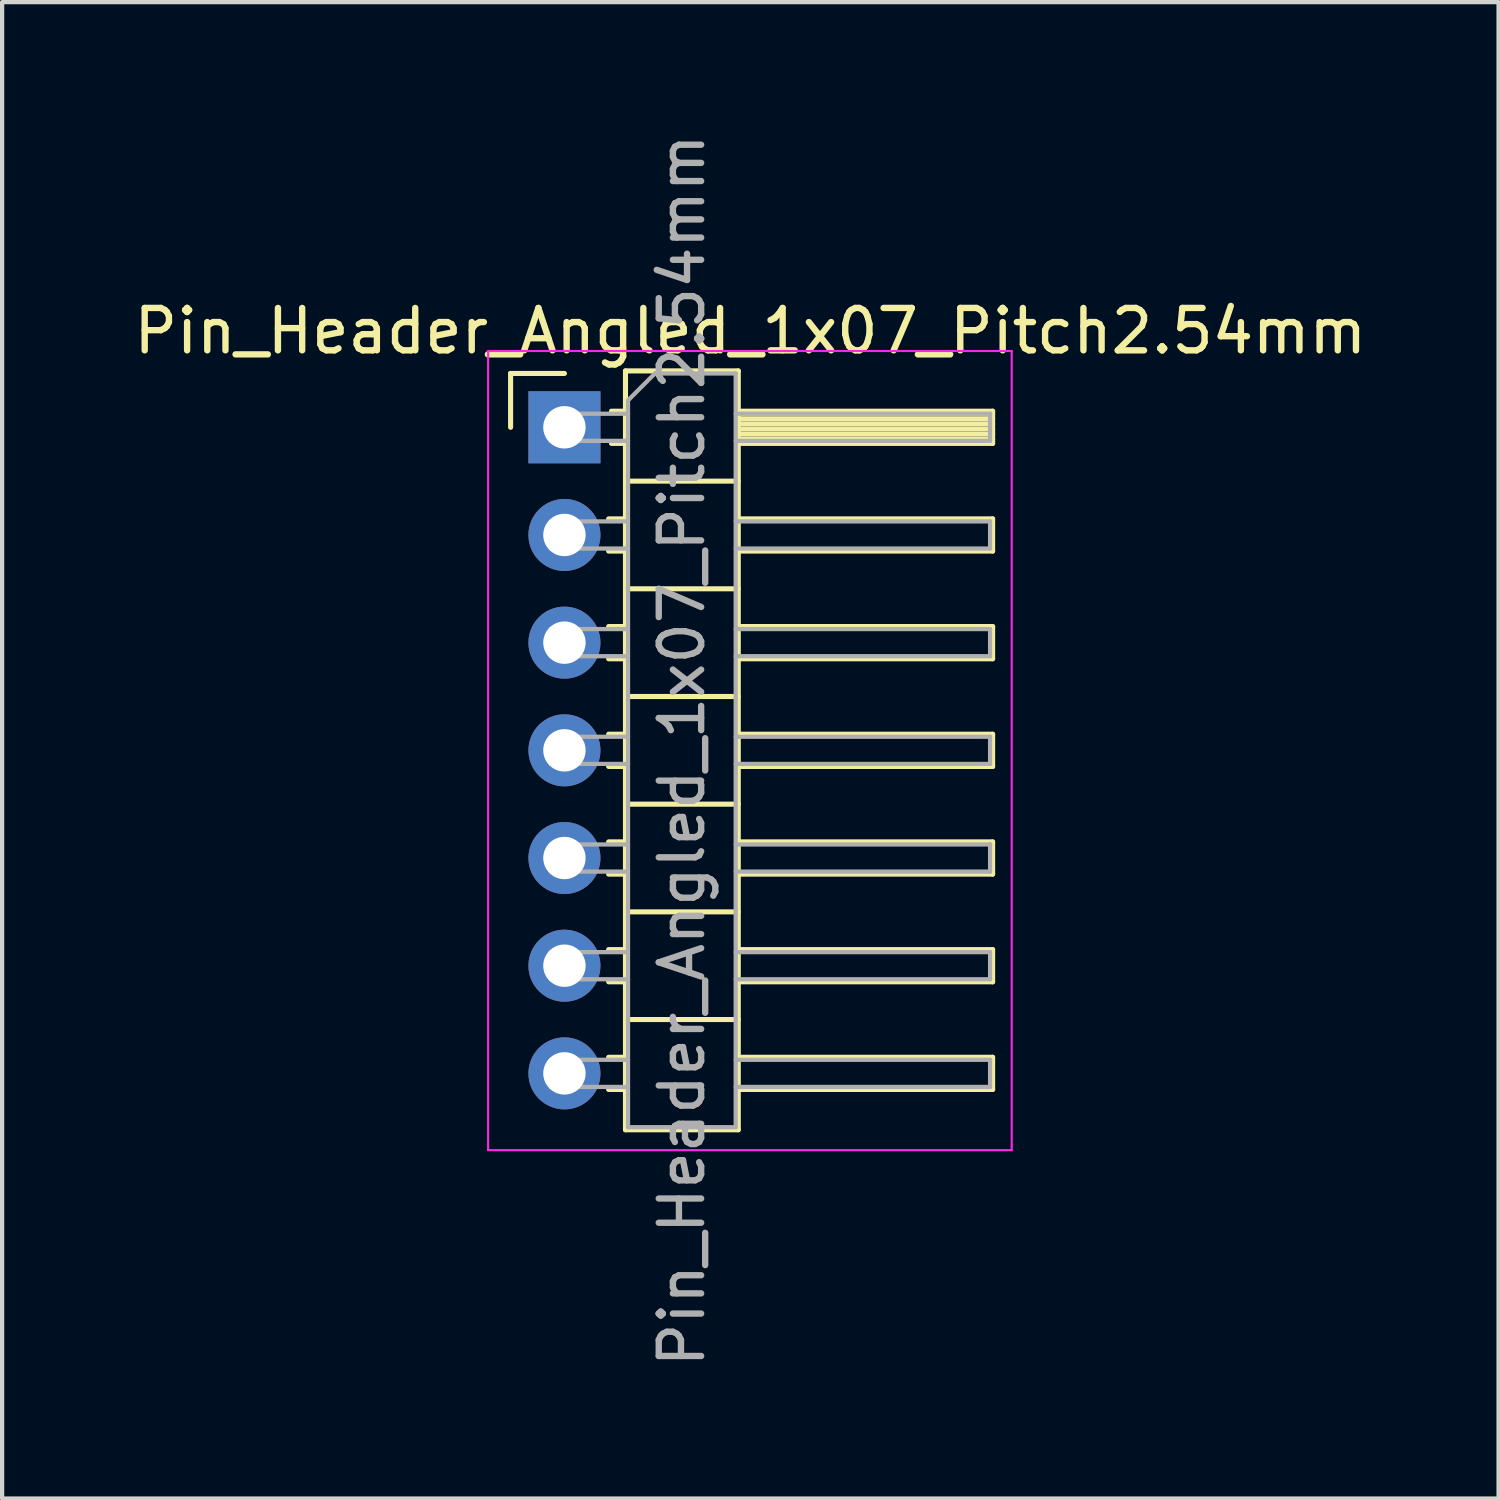
<source format=kicad_pcb>
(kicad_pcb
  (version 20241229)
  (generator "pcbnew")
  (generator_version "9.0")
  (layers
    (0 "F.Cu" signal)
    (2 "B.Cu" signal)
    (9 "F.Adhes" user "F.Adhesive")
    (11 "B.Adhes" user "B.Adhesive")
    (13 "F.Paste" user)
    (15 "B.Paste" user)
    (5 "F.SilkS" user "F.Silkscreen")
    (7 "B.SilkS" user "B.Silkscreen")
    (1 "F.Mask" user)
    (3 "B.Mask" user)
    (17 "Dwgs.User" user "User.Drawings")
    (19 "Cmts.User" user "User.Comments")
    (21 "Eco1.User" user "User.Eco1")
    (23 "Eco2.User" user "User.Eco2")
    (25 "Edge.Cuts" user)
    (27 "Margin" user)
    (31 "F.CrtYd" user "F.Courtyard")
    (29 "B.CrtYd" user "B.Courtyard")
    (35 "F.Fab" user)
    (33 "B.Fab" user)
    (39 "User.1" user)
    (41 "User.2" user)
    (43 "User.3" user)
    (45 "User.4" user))
  (footprint "Pin_Header_Angled_1x07_Pitch2.54mm"
    (layer "F.Cu")
    (at 10.264 7.029)
    (property "Reference" "Pin_Header_Angled_1x07_Pitch2.54mm" (at 4.385 -2.27 0) (layer "F.SilkS") (effects (font (size 1 1) (thickness 0.15))))
    (attr through_hole)
    (fp_line (start -1.27 -1.27) (end 0 -1.27) (stroke (width 0.12) (type solid)) (layer "F.SilkS"))
    (fp_line (start -1.27 0) (end -1.27 -1.27) (stroke (width 0.12) (type solid)) (layer "F.SilkS"))
    (fp_line (start 1.043 2.16) (end 1.44 2.16) (stroke (width 0.12) (type solid)) (layer "F.SilkS"))
    (fp_line (start 1.043 2.92) (end 1.44 2.92) (stroke (width 0.12) (type solid)) (layer "F.SilkS"))
    (fp_line (start 1.043 4.7) (end 1.44 4.7) (stroke (width 0.12) (type solid)) (layer "F.SilkS"))
    (fp_line (start 1.043 5.46) (end 1.44 5.46) (stroke (width 0.12) (type solid)) (layer "F.SilkS"))
    (fp_line (start 1.043 7.24) (end 1.44 7.24) (stroke (width 0.12) (type solid)) (layer "F.SilkS"))
    (fp_line (start 1.043 8) (end 1.44 8) (stroke (width 0.12) (type solid)) (layer "F.SilkS"))
    (fp_line (start 1.043 9.78) (end 1.44 9.78) (stroke (width 0.12) (type solid)) (layer "F.SilkS"))
    (fp_line (start 1.043 10.54) (end 1.44 10.54) (stroke (width 0.12) (type solid)) (layer "F.SilkS"))
    (fp_line (start 1.043 12.32) (end 1.44 12.32) (stroke (width 0.12) (type solid)) (layer "F.SilkS"))
    (fp_line (start 1.043 13.08) (end 1.44 13.08) (stroke (width 0.12) (type solid)) (layer "F.SilkS"))
    (fp_line (start 1.043 14.86) (end 1.44 14.86) (stroke (width 0.12) (type solid)) (layer "F.SilkS"))
    (fp_line (start 1.043 15.62) (end 1.44 15.62) (stroke (width 0.12) (type solid)) (layer "F.SilkS"))
    (fp_line (start 1.11 -0.38) (end 1.44 -0.38) (stroke (width 0.12) (type solid)) (layer "F.SilkS"))
    (fp_line (start 1.11 0.38) (end 1.44 0.38) (stroke (width 0.12) (type solid)) (layer "F.SilkS"))
    (fp_line (start 1.44 -1.33) (end 1.44 16.57) (stroke (width 0.12) (type solid)) (layer "F.SilkS"))
    (fp_line (start 1.44 1.27) (end 4.1 1.27) (stroke (width 0.12) (type solid)) (layer "F.SilkS"))
    (fp_line (start 1.44 3.81) (end 4.1 3.81) (stroke (width 0.12) (type solid)) (layer "F.SilkS"))
    (fp_line (start 1.44 6.35) (end 4.1 6.35) (stroke (width 0.12) (type solid)) (layer "F.SilkS"))
    (fp_line (start 1.44 8.89) (end 4.1 8.89) (stroke (width 0.12) (type solid)) (layer "F.SilkS"))
    (fp_line (start 1.44 11.43) (end 4.1 11.43) (stroke (width 0.12) (type solid)) (layer "F.SilkS"))
    (fp_line (start 1.44 13.97) (end 4.1 13.97) (stroke (width 0.12) (type solid)) (layer "F.SilkS"))
    (fp_line (start 1.44 16.57) (end 4.1 16.57) (stroke (width 0.12) (type solid)) (layer "F.SilkS"))
    (fp_line (start 4.1 -1.33) (end 1.44 -1.33) (stroke (width 0.12) (type solid)) (layer "F.SilkS"))
    (fp_line (start 4.1 -0.38) (end 10.1 -0.38) (stroke (width 0.12) (type solid)) (layer "F.SilkS"))
    (fp_line (start 4.1 -0.32) (end 10.1 -0.32) (stroke (width 0.12) (type solid)) (layer "F.SilkS"))
    (fp_line (start 4.1 -0.2) (end 10.1 -0.2) (stroke (width 0.12) (type solid)) (layer "F.SilkS"))
    (fp_line (start 4.1 -0.08) (end 10.1 -0.08) (stroke (width 0.12) (type solid)) (layer "F.SilkS"))
    (fp_line (start 4.1 0.04) (end 10.1 0.04) (stroke (width 0.12) (type solid)) (layer "F.SilkS"))
    (fp_line (start 4.1 0.16) (end 10.1 0.16) (stroke (width 0.12) (type solid)) (layer "F.SilkS"))
    (fp_line (start 4.1 0.28) (end 10.1 0.28) (stroke (width 0.12) (type solid)) (layer "F.SilkS"))
    (fp_line (start 4.1 2.16) (end 10.1 2.16) (stroke (width 0.12) (type solid)) (layer "F.SilkS"))
    (fp_line (start 4.1 4.7) (end 10.1 4.7) (stroke (width 0.12) (type solid)) (layer "F.SilkS"))
    (fp_line (start 4.1 7.24) (end 10.1 7.24) (stroke (width 0.12) (type solid)) (layer "F.SilkS"))
    (fp_line (start 4.1 9.78) (end 10.1 9.78) (stroke (width 0.12) (type solid)) (layer "F.SilkS"))
    (fp_line (start 4.1 12.32) (end 10.1 12.32) (stroke (width 0.12) (type solid)) (layer "F.SilkS"))
    (fp_line (start 4.1 14.86) (end 10.1 14.86) (stroke (width 0.12) (type solid)) (layer "F.SilkS"))
    (fp_line (start 4.1 16.57) (end 4.1 -1.33) (stroke (width 0.12) (type solid)) (layer "F.SilkS"))
    (fp_line (start 10.1 -0.38) (end 10.1 0.38) (stroke (width 0.12) (type solid)) (layer "F.SilkS"))
    (fp_line (start 10.1 0.38) (end 4.1 0.38) (stroke (width 0.12) (type solid)) (layer "F.SilkS"))
    (fp_line (start 10.1 2.16) (end 10.1 2.92) (stroke (width 0.12) (type solid)) (layer "F.SilkS"))
    (fp_line (start 10.1 2.92) (end 4.1 2.92) (stroke (width 0.12) (type solid)) (layer "F.SilkS"))
    (fp_line (start 10.1 4.7) (end 10.1 5.46) (stroke (width 0.12) (type solid)) (layer "F.SilkS"))
    (fp_line (start 10.1 5.46) (end 4.1 5.46) (stroke (width 0.12) (type solid)) (layer "F.SilkS"))
    (fp_line (start 10.1 7.24) (end 10.1 8) (stroke (width 0.12) (type solid)) (layer "F.SilkS"))
    (fp_line (start 10.1 8) (end 4.1 8) (stroke (width 0.12) (type solid)) (layer "F.SilkS"))
    (fp_line (start 10.1 9.78) (end 10.1 10.54) (stroke (width 0.12) (type solid)) (layer "F.SilkS"))
    (fp_line (start 10.1 10.54) (end 4.1 10.54) (stroke (width 0.12) (type solid)) (layer "F.SilkS"))
    (fp_line (start 10.1 12.32) (end 10.1 13.08) (stroke (width 0.12) (type solid)) (layer "F.SilkS"))
    (fp_line (start 10.1 13.08) (end 4.1 13.08) (stroke (width 0.12) (type solid)) (layer "F.SilkS"))
    (fp_line (start 10.1 14.86) (end 10.1 15.62) (stroke (width 0.12) (type solid)) (layer "F.SilkS"))
    (fp_line (start 10.1 15.62) (end 4.1 15.62) (stroke (width 0.12) (type solid)) (layer "F.SilkS"))
    (fp_line (start -1.8 -1.8) (end -1.8 17.05) (stroke (width 0.05) (type solid)) (layer "F.CrtYd"))
    (fp_line (start -1.8 17.05) (end 10.55 17.05) (stroke (width 0.05) (type solid)) (layer "F.CrtYd"))
    (fp_line (start 10.55 -1.8) (end -1.8 -1.8) (stroke (width 0.05) (type solid)) (layer "F.CrtYd"))
    (fp_line (start 10.55 17.05) (end 10.55 -1.8) (stroke (width 0.05) (type solid)) (layer "F.CrtYd"))
    (fp_line (start -0.32 -0.32) (end -0.32 0.32) (stroke (width 0.1) (type solid)) (layer "F.Fab"))
    (fp_line (start -0.32 -0.32) (end 1.5 -0.32) (stroke (width 0.1) (type solid)) (layer "F.Fab"))
    (fp_line (start -0.32 0.32) (end 1.5 0.32) (stroke (width 0.1) (type solid)) (layer "F.Fab"))
    (fp_line (start -0.32 2.22) (end -0.32 2.86) (stroke (width 0.1) (type solid)) (layer "F.Fab"))
    (fp_line (start -0.32 2.22) (end 1.5 2.22) (stroke (width 0.1) (type solid)) (layer "F.Fab"))
    (fp_line (start -0.32 2.86) (end 1.5 2.86) (stroke (width 0.1) (type solid)) (layer "F.Fab"))
    (fp_line (start -0.32 4.76) (end -0.32 5.4) (stroke (width 0.1) (type solid)) (layer "F.Fab"))
    (fp_line (start -0.32 4.76) (end 1.5 4.76) (stroke (width 0.1) (type solid)) (layer "F.Fab"))
    (fp_line (start -0.32 5.4) (end 1.5 5.4) (stroke (width 0.1) (type solid)) (layer "F.Fab"))
    (fp_line (start -0.32 7.3) (end -0.32 7.94) (stroke (width 0.1) (type solid)) (layer "F.Fab"))
    (fp_line (start -0.32 7.3) (end 1.5 7.3) (stroke (width 0.1) (type solid)) (layer "F.Fab"))
    (fp_line (start -0.32 7.94) (end 1.5 7.94) (stroke (width 0.1) (type solid)) (layer "F.Fab"))
    (fp_line (start -0.32 9.84) (end -0.32 10.48) (stroke (width 0.1) (type solid)) (layer "F.Fab"))
    (fp_line (start -0.32 9.84) (end 1.5 9.84) (stroke (width 0.1) (type solid)) (layer "F.Fab"))
    (fp_line (start -0.32 10.48) (end 1.5 10.48) (stroke (width 0.1) (type solid)) (layer "F.Fab"))
    (fp_line (start -0.32 12.38) (end -0.32 13.02) (stroke (width 0.1) (type solid)) (layer "F.Fab"))
    (fp_line (start -0.32 12.38) (end 1.5 12.38) (stroke (width 0.1) (type solid)) (layer "F.Fab"))
    (fp_line (start -0.32 13.02) (end 1.5 13.02) (stroke (width 0.1) (type solid)) (layer "F.Fab"))
    (fp_line (start -0.32 14.92) (end -0.32 15.56) (stroke (width 0.1) (type solid)) (layer "F.Fab"))
    (fp_line (start -0.32 14.92) (end 1.5 14.92) (stroke (width 0.1) (type solid)) (layer "F.Fab"))
    (fp_line (start -0.32 15.56) (end 1.5 15.56) (stroke (width 0.1) (type solid)) (layer "F.Fab"))
    (fp_line (start 1.5 -0.635) (end 2.135 -1.27) (stroke (width 0.1) (type solid)) (layer "F.Fab"))
    (fp_line (start 1.5 16.51) (end 1.5 -0.635) (stroke (width 0.1) (type solid)) (layer "F.Fab"))
    (fp_line (start 2.135 -1.27) (end 4.04 -1.27) (stroke (width 0.1) (type solid)) (layer "F.Fab"))
    (fp_line (start 4.04 -1.27) (end 4.04 16.51) (stroke (width 0.1) (type solid)) (layer "F.Fab"))
    (fp_line (start 4.04 -0.32) (end 10.04 -0.32) (stroke (width 0.1) (type solid)) (layer "F.Fab"))
    (fp_line (start 4.04 0.32) (end 10.04 0.32) (stroke (width 0.1) (type solid)) (layer "F.Fab"))
    (fp_line (start 4.04 2.22) (end 10.04 2.22) (stroke (width 0.1) (type solid)) (layer "F.Fab"))
    (fp_line (start 4.04 2.86) (end 10.04 2.86) (stroke (width 0.1) (type solid)) (layer "F.Fab"))
    (fp_line (start 4.04 4.76) (end 10.04 4.76) (stroke (width 0.1) (type solid)) (layer "F.Fab"))
    (fp_line (start 4.04 5.4) (end 10.04 5.4) (stroke (width 0.1) (type solid)) (layer "F.Fab"))
    (fp_line (start 4.04 7.3) (end 10.04 7.3) (stroke (width 0.1) (type solid)) (layer "F.Fab"))
    (fp_line (start 4.04 7.94) (end 10.04 7.94) (stroke (width 0.1) (type solid)) (layer "F.Fab"))
    (fp_line (start 4.04 9.84) (end 10.04 9.84) (stroke (width 0.1) (type solid)) (layer "F.Fab"))
    (fp_line (start 4.04 10.48) (end 10.04 10.48) (stroke (width 0.1) (type solid)) (layer "F.Fab"))
    (fp_line (start 4.04 12.38) (end 10.04 12.38) (stroke (width 0.1) (type solid)) (layer "F.Fab"))
    (fp_line (start 4.04 13.02) (end 10.04 13.02) (stroke (width 0.1) (type solid)) (layer "F.Fab"))
    (fp_line (start 4.04 14.92) (end 10.04 14.92) (stroke (width 0.1) (type solid)) (layer "F.Fab"))
    (fp_line (start 4.04 15.56) (end 10.04 15.56) (stroke (width 0.1) (type solid)) (layer "F.Fab"))
    (fp_line (start 4.04 16.51) (end 1.5 16.51) (stroke (width 0.1) (type solid)) (layer "F.Fab"))
    (fp_line (start 10.04 -0.32) (end 10.04 0.32) (stroke (width 0.1) (type solid)) (layer "F.Fab"))
    (fp_line (start 10.04 2.22) (end 10.04 2.86) (stroke (width 0.1) (type solid)) (layer "F.Fab"))
    (fp_line (start 10.04 4.76) (end 10.04 5.4) (stroke (width 0.1) (type solid)) (layer "F.Fab"))
    (fp_line (start 10.04 7.3) (end 10.04 7.94) (stroke (width 0.1) (type solid)) (layer "F.Fab"))
    (fp_line (start 10.04 9.84) (end 10.04 10.48) (stroke (width 0.1) (type solid)) (layer "F.Fab"))
    (fp_line (start 10.04 12.38) (end 10.04 13.02) (stroke (width 0.1) (type solid)) (layer "F.Fab"))
    (fp_line (start 10.04 14.92) (end 10.04 15.56) (stroke (width 0.1) (type solid)) (layer "F.Fab"))
    (fp_text user "${REFERENCE}" (at 2.77 7.62 90) (layer "F.Fab") (effects (font (size 1 1) (thickness 0.15))))
    (pad "1" thru_hole rect (at 0 0) (size 1.7 1.7) (drill 1) (layers "*.Cu" "*.Mask"))
    (pad "2" thru_hole oval (at 0 2.54) (size 1.7 1.7) (drill 1) (layers "*.Cu" "*.Mask"))
    (pad "3" thru_hole oval (at 0 5.08) (size 1.7 1.7) (drill 1) (layers "*.Cu" "*.Mask"))
    (pad "4" thru_hole oval (at 0 7.62) (size 1.7 1.7) (drill 1) (layers "*.Cu" "*.Mask"))
    (pad "5" thru_hole oval (at 0 10.16) (size 1.7 1.7) (drill 1) (layers "*.Cu" "*.Mask"))
    (pad "6" thru_hole oval (at 0 12.7) (size 1.7 1.7) (drill 1) (layers "*.Cu" "*.Mask"))
    (pad "7" thru_hole oval (at 0 15.24) (size 1.7 1.7) (drill 1) (layers "*.Cu" "*.Mask")))
  (gr_rect
    (start -3 -3)
    (end 32.298 32.298)
    (stroke (width 0.1) (type default))
    (fill no)
    (layer "Edge.Cuts")))
</source>
